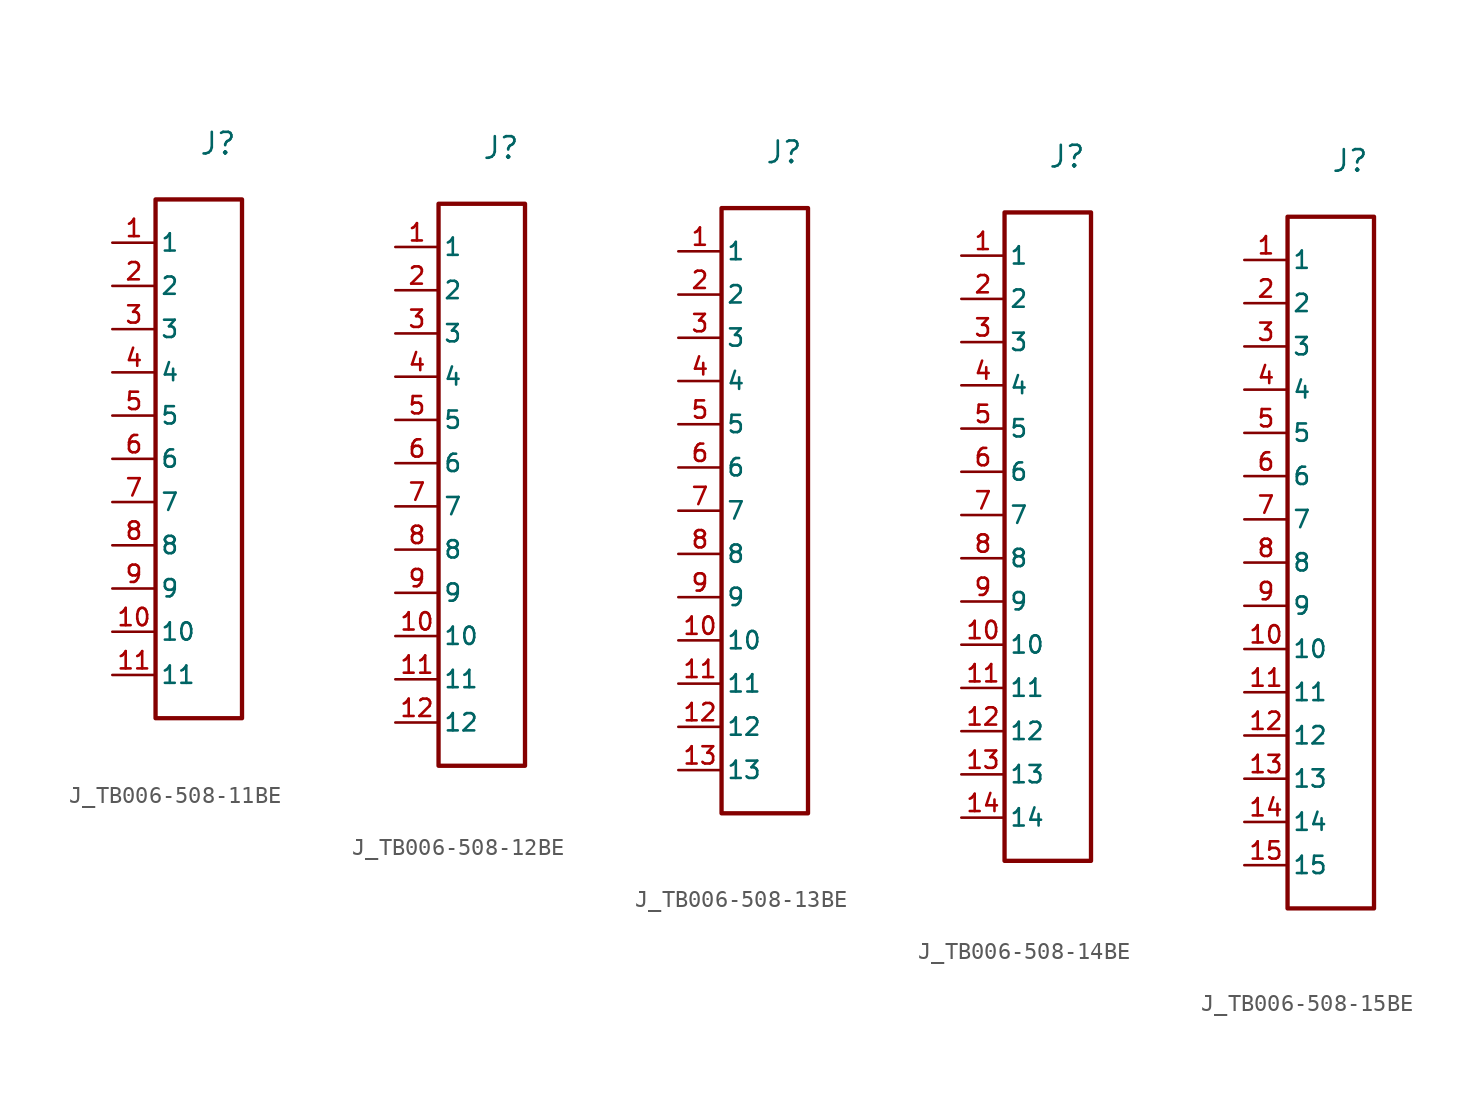
<source format=kicad_sym>
(kicad_symbol_lib
  (version 20231120)
  (generator "kicad_symbol_editor")
  (generator_version "8.0")
  (symbol "J_TB006-508-11BE"
    (pin_names
      (offset 0.254))
    (property "Reference" "J"
      (at 0 17.78 0)
      (effects (font (size 1.27 1.27)) (justify left bottom)))
    (symbol "J_TB006-508-11BE_0_0"
      (pin passive line (at -5.08 12.7 0) (length 2.54) (name "1" (effects (font (size 1.016 1.016)))) (number "1" (effects (font (size 1.016 1.016)))))
      (pin passive line (at -5.08 10.16 0) (length 2.54) (name "2" (effects (font (size 1.016 1.016)))) (number "2" (effects (font (size 1.016 1.016)))))
      (pin passive line (at -5.08 7.62 0) (length 2.54) (name "3" (effects (font (size 1.016 1.016)))) (number "3" (effects (font (size 1.016 1.016)))))
      (pin passive line (at -5.08 5.08 0) (length 2.54) (name "4" (effects (font (size 1.016 1.016)))) (number "4" (effects (font (size 1.016 1.016)))))
      (pin passive line (at -5.08 2.54 0) (length 2.54) (name "5" (effects (font (size 1.016 1.016)))) (number "5" (effects (font (size 1.016 1.016)))))
      (pin passive line (at -5.08 0.0 0) (length 2.54) (name "6" (effects (font (size 1.016 1.016)))) (number "6" (effects (font (size 1.016 1.016)))))
      (pin passive line (at -5.08 -2.54 0) (length 2.54) (name "7" (effects (font (size 1.016 1.016)))) (number "7" (effects (font (size 1.016 1.016)))))
      (pin passive line (at -5.08 -5.08 0) (length 2.54) (name "8" (effects (font (size 1.016 1.016)))) (number "8" (effects (font (size 1.016 1.016)))))
      (pin passive line (at -5.08 -7.62 0) (length 2.54) (name "9" (effects (font (size 1.016 1.016)))) (number "9" (effects (font (size 1.016 1.016)))))
      (pin passive line (at -5.08 -10.16 0) (length 2.54) (name "10" (effects (font (size 1.016 1.016)))) (number "10" (effects (font (size 1.016 1.016)))))
      (pin passive line (at -5.08 -12.7 0) (length 2.54) (name "11" (effects (font (size 1.016 1.016)))) (number "11" (effects (font (size 1.016 1.016))))))
    (symbol "J_TB006-508-11BE_1_0"
      (rectangle (start -2.54 15.24) (end 2.54 -15.24) (stroke (width 0.254) (type solid)) (fill (type none)))))
  (symbol "J_TB006-508-12BE"
    (pin_names
      (offset 0.254))
    (property "Reference" "J"
      (at 0 19.05 0)
      (effects (font (size 1.27 1.27)) (justify left bottom)))
    (symbol "J_TB006-508-12BE_0_0"
      (pin passive line (at -5.08 13.97 0) (length 2.54) (name "1" (effects (font (size 1.016 1.016)))) (number "1" (effects (font (size 1.016 1.016)))))
      (pin passive line (at -5.08 11.43 0) (length 2.54) (name "2" (effects (font (size 1.016 1.016)))) (number "2" (effects (font (size 1.016 1.016)))))
      (pin passive line (at -5.08 8.89 0) (length 2.54) (name "3" (effects (font (size 1.016 1.016)))) (number "3" (effects (font (size 1.016 1.016)))))
      (pin passive line (at -5.08 6.35 0) (length 2.54) (name "4" (effects (font (size 1.016 1.016)))) (number "4" (effects (font (size 1.016 1.016)))))
      (pin passive line (at -5.08 3.81 0) (length 2.54) (name "5" (effects (font (size 1.016 1.016)))) (number "5" (effects (font (size 1.016 1.016)))))
      (pin passive line (at -5.08 1.27 0) (length 2.54) (name "6" (effects (font (size 1.016 1.016)))) (number "6" (effects (font (size 1.016 1.016)))))
      (pin passive line (at -5.08 -1.27 0) (length 2.54) (name "7" (effects (font (size 1.016 1.016)))) (number "7" (effects (font (size 1.016 1.016)))))
      (pin passive line (at -5.08 -3.81 0) (length 2.54) (name "8" (effects (font (size 1.016 1.016)))) (number "8" (effects (font (size 1.016 1.016)))))
      (pin passive line (at -5.08 -6.35 0) (length 2.54) (name "9" (effects (font (size 1.016 1.016)))) (number "9" (effects (font (size 1.016 1.016)))))
      (pin passive line (at -5.08 -8.89 0) (length 2.54) (name "10" (effects (font (size 1.016 1.016)))) (number "10" (effects (font (size 1.016 1.016)))))
      (pin passive line (at -5.08 -11.43 0) (length 2.54) (name "11" (effects (font (size 1.016 1.016)))) (number "11" (effects (font (size 1.016 1.016)))))
      (pin passive line (at -5.08 -13.97 0) (length 2.54) (name "12" (effects (font (size 1.016 1.016)))) (number "12" (effects (font (size 1.016 1.016))))))
    (symbol "J_TB006-508-12BE_1_0"
      (rectangle (start -2.54 16.51) (end 2.54 -16.51) (stroke (width 0.254) (type solid)) (fill (type none)))))
  (symbol "J_TB006-508-13BE"
    (pin_names
      (offset 0.254))
    (property "Reference" "J"
      (at 0 20.32 0)
      (effects (font (size 1.27 1.27)) (justify left bottom)))
    (symbol "J_TB006-508-13BE_0_0"
      (pin passive line (at -5.08 15.24 0) (length 2.54) (name "1" (effects (font (size 1.016 1.016)))) (number "1" (effects (font (size 1.016 1.016)))))
      (pin passive line (at -5.08 12.7 0) (length 2.54) (name "2" (effects (font (size 1.016 1.016)))) (number "2" (effects (font (size 1.016 1.016)))))
      (pin passive line (at -5.08 10.16 0) (length 2.54) (name "3" (effects (font (size 1.016 1.016)))) (number "3" (effects (font (size 1.016 1.016)))))
      (pin passive line (at -5.08 7.62 0) (length 2.54) (name "4" (effects (font (size 1.016 1.016)))) (number "4" (effects (font (size 1.016 1.016)))))
      (pin passive line (at -5.08 5.08 0) (length 2.54) (name "5" (effects (font (size 1.016 1.016)))) (number "5" (effects (font (size 1.016 1.016)))))
      (pin passive line (at -5.08 2.54 0) (length 2.54) (name "6" (effects (font (size 1.016 1.016)))) (number "6" (effects (font (size 1.016 1.016)))))
      (pin passive line (at -5.08 0.0 0) (length 2.54) (name "7" (effects (font (size 1.016 1.016)))) (number "7" (effects (font (size 1.016 1.016)))))
      (pin passive line (at -5.08 -2.54 0) (length 2.54) (name "8" (effects (font (size 1.016 1.016)))) (number "8" (effects (font (size 1.016 1.016)))))
      (pin passive line (at -5.08 -5.08 0) (length 2.54) (name "9" (effects (font (size 1.016 1.016)))) (number "9" (effects (font (size 1.016 1.016)))))
      (pin passive line (at -5.08 -7.62 0) (length 2.54) (name "10" (effects (font (size 1.016 1.016)))) (number "10" (effects (font (size 1.016 1.016)))))
      (pin passive line (at -5.08 -10.16 0) (length 2.54) (name "11" (effects (font (size 1.016 1.016)))) (number "11" (effects (font (size 1.016 1.016)))))
      (pin passive line (at -5.08 -12.7 0) (length 2.54) (name "12" (effects (font (size 1.016 1.016)))) (number "12" (effects (font (size 1.016 1.016)))))
      (pin passive line (at -5.08 -15.24 0) (length 2.54) (name "13" (effects (font (size 1.016 1.016)))) (number "13" (effects (font (size 1.016 1.016))))))
    (symbol "J_TB006-508-13BE_1_0"
      (rectangle (start -2.54 17.78) (end 2.54 -17.78) (stroke (width 0.254) (type solid)) (fill (type none)))))
  (symbol "J_TB006-508-14BE"
    (pin_names
      (offset 0.254))
    (property "Reference" "J"
      (at 0 21.59 0)
      (effects (font (size 1.27 1.27)) (justify left bottom)))
    (symbol "J_TB006-508-14BE_0_0"
      (pin passive line (at -5.08 16.51 0) (length 2.54) (name "1" (effects (font (size 1.016 1.016)))) (number "1" (effects (font (size 1.016 1.016)))))
      (pin passive line (at -5.08 13.97 0) (length 2.54) (name "2" (effects (font (size 1.016 1.016)))) (number "2" (effects (font (size 1.016 1.016)))))
      (pin passive line (at -5.08 11.43 0) (length 2.54) (name "3" (effects (font (size 1.016 1.016)))) (number "3" (effects (font (size 1.016 1.016)))))
      (pin passive line (at -5.08 8.89 0) (length 2.54) (name "4" (effects (font (size 1.016 1.016)))) (number "4" (effects (font (size 1.016 1.016)))))
      (pin passive line (at -5.08 6.35 0) (length 2.54) (name "5" (effects (font (size 1.016 1.016)))) (number "5" (effects (font (size 1.016 1.016)))))
      (pin passive line (at -5.08 3.81 0) (length 2.54) (name "6" (effects (font (size 1.016 1.016)))) (number "6" (effects (font (size 1.016 1.016)))))
      (pin passive line (at -5.08 1.27 0) (length 2.54) (name "7" (effects (font (size 1.016 1.016)))) (number "7" (effects (font (size 1.016 1.016)))))
      (pin passive line (at -5.08 -1.27 0) (length 2.54) (name "8" (effects (font (size 1.016 1.016)))) (number "8" (effects (font (size 1.016 1.016)))))
      (pin passive line (at -5.08 -3.81 0) (length 2.54) (name "9" (effects (font (size 1.016 1.016)))) (number "9" (effects (font (size 1.016 1.016)))))
      (pin passive line (at -5.08 -6.35 0) (length 2.54) (name "10" (effects (font (size 1.016 1.016)))) (number "10" (effects (font (size 1.016 1.016)))))
      (pin passive line (at -5.08 -8.89 0) (length 2.54) (name "11" (effects (font (size 1.016 1.016)))) (number "11" (effects (font (size 1.016 1.016)))))
      (pin passive line (at -5.08 -11.43 0) (length 2.54) (name "12" (effects (font (size 1.016 1.016)))) (number "12" (effects (font (size 1.016 1.016)))))
      (pin passive line (at -5.08 -13.97 0) (length 2.54) (name "13" (effects (font (size 1.016 1.016)))) (number "13" (effects (font (size 1.016 1.016)))))
      (pin passive line (at -5.08 -16.51 0) (length 2.54) (name "14" (effects (font (size 1.016 1.016)))) (number "14" (effects (font (size 1.016 1.016))))))
    (symbol "J_TB006-508-14BE_1_0"
      (rectangle (start -2.54 19.05) (end 2.54 -19.05) (stroke (width 0.254) (type solid)) (fill (type none)))))
  (symbol "J_TB006-508-15BE"
    (pin_names
      (offset 0.254))
    (property "Reference" "J"
      (at 0 22.86 0)
      (effects (font (size 1.27 1.27)) (justify left bottom)))
    (symbol "J_TB006-508-15BE_0_0"
      (pin passive line (at -5.08 17.78 0) (length 2.54) (name "1" (effects (font (size 1.016 1.016)))) (number "1" (effects (font (size 1.016 1.016)))))
      (pin passive line (at -5.08 15.24 0) (length 2.54) (name "2" (effects (font (size 1.016 1.016)))) (number "2" (effects (font (size 1.016 1.016)))))
      (pin passive line (at -5.08 12.7 0) (length 2.54) (name "3" (effects (font (size 1.016 1.016)))) (number "3" (effects (font (size 1.016 1.016)))))
      (pin passive line (at -5.08 10.16 0) (length 2.54) (name "4" (effects (font (size 1.016 1.016)))) (number "4" (effects (font (size 1.016 1.016)))))
      (pin passive line (at -5.08 7.62 0) (length 2.54) (name "5" (effects (font (size 1.016 1.016)))) (number "5" (effects (font (size 1.016 1.016)))))
      (pin passive line (at -5.08 5.08 0) (length 2.54) (name "6" (effects (font (size 1.016 1.016)))) (number "6" (effects (font (size 1.016 1.016)))))
      (pin passive line (at -5.08 2.54 0) (length 2.54) (name "7" (effects (font (size 1.016 1.016)))) (number "7" (effects (font (size 1.016 1.016)))))
      (pin passive line (at -5.08 0.0 0) (length 2.54) (name "8" (effects (font (size 1.016 1.016)))) (number "8" (effects (font (size 1.016 1.016)))))
      (pin passive line (at -5.08 -2.54 0) (length 2.54) (name "9" (effects (font (size 1.016 1.016)))) (number "9" (effects (font (size 1.016 1.016)))))
      (pin passive line (at -5.08 -5.08 0) (length 2.54) (name "10" (effects (font (size 1.016 1.016)))) (number "10" (effects (font (size 1.016 1.016)))))
      (pin passive line (at -5.08 -7.62 0) (length 2.54) (name "11" (effects (font (size 1.016 1.016)))) (number "11" (effects (font (size 1.016 1.016)))))
      (pin passive line (at -5.08 -10.16 0) (length 2.54) (name "12" (effects (font (size 1.016 1.016)))) (number "12" (effects (font (size 1.016 1.016)))))
      (pin passive line (at -5.08 -12.7 0) (length 2.54) (name "13" (effects (font (size 1.016 1.016)))) (number "13" (effects (font (size 1.016 1.016)))))
      (pin passive line (at -5.08 -15.24 0) (length 2.54) (name "14" (effects (font (size 1.016 1.016)))) (number "14" (effects (font (size 1.016 1.016)))))
      (pin passive line (at -5.08 -17.78 0) (length 2.54) (name "15" (effects (font (size 1.016 1.016)))) (number "15" (effects (font (size 1.016 1.016))))))
    (symbol "J_TB006-508-15BE_1_0"
      (rectangle (start -2.54 20.32) (end 2.54 -20.32) (stroke (width 0.254) (type solid)) (fill (type none))))))
</source>
